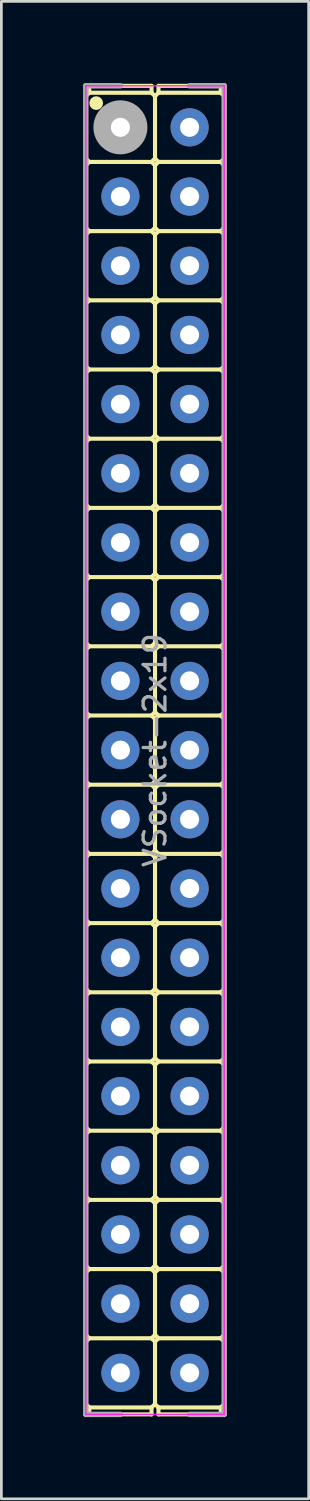
<source format=kicad_pcb>
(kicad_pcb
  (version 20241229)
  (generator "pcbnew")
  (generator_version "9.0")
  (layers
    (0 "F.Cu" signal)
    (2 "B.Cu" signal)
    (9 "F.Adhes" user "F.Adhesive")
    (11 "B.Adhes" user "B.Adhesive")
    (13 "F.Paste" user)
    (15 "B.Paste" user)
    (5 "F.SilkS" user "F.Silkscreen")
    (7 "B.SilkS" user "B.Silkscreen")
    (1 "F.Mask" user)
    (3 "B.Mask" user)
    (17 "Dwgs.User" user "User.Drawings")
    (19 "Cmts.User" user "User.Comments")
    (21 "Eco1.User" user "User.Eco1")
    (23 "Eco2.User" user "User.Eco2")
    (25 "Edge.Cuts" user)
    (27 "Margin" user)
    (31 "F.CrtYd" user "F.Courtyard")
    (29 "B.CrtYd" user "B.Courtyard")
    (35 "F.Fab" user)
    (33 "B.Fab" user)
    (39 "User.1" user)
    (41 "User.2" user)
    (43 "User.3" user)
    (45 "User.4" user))
  (footprint "VSocket-2x19"
    (layer "F.Cu")
    (at 2.64 24.484)
    (property "Reference" "VSocket-2x19" (at 0 0 90) (layer "F.Fab") (effects (font (size 0.8 0.8) (thickness 0.12))))
    (attr through_hole)
    (fp_line (start -2.54 -24.003) (end -2.413 -24.13) (stroke (width 0.15) (type solid)) (layer "F.SilkS"))
    (fp_line (start -2.54 -21.717) (end -2.54 -24.003) (stroke (width 0.15) (type solid)) (layer "F.SilkS"))
    (fp_line (start -2.54 -21.463) (end -2.413 -21.59) (stroke (width 0.15) (type solid)) (layer "F.SilkS"))
    (fp_line (start -2.54 -19.177) (end -2.54 -21.463) (stroke (width 0.15) (type solid)) (layer "F.SilkS"))
    (fp_line (start -2.54 -18.923) (end -2.413 -19.05) (stroke (width 0.15) (type solid)) (layer "F.SilkS"))
    (fp_line (start -2.54 -16.637) (end -2.54 -18.923) (stroke (width 0.15) (type solid)) (layer "F.SilkS"))
    (fp_line (start -2.54 -16.383) (end -2.413 -16.51) (stroke (width 0.15) (type solid)) (layer "F.SilkS"))
    (fp_line (start -2.54 -14.097) (end -2.54 -16.383) (stroke (width 0.15) (type solid)) (layer "F.SilkS"))
    (fp_line (start -2.54 -13.843) (end -2.413 -13.97) (stroke (width 0.15) (type solid)) (layer "F.SilkS"))
    (fp_line (start -2.54 -11.557) (end -2.54 -13.843) (stroke (width 0.15) (type solid)) (layer "F.SilkS"))
    (fp_line (start -2.54 -11.303) (end -2.413 -11.43) (stroke (width 0.15) (type solid)) (layer "F.SilkS"))
    (fp_line (start -2.54 -9.017) (end -2.54 -11.303) (stroke (width 0.15) (type solid)) (layer "F.SilkS"))
    (fp_line (start -2.54 -8.763) (end -2.413 -8.89) (stroke (width 0.15) (type solid)) (layer "F.SilkS"))
    (fp_line (start -2.54 -6.477) (end -2.54 -8.763) (stroke (width 0.15) (type solid)) (layer "F.SilkS"))
    (fp_line (start -2.54 -6.223) (end -2.413 -6.35) (stroke (width 0.15) (type solid)) (layer "F.SilkS"))
    (fp_line (start -2.54 -3.937) (end -2.54 -6.223) (stroke (width 0.15) (type solid)) (layer "F.SilkS"))
    (fp_line (start -2.54 -3.683) (end -2.413 -3.81) (stroke (width 0.15) (type solid)) (layer "F.SilkS"))
    (fp_line (start -2.54 -1.397) (end -2.54 -3.683) (stroke (width 0.15) (type solid)) (layer "F.SilkS"))
    (fp_line (start -2.54 -1.143) (end -2.413 -1.27) (stroke (width 0.15) (type solid)) (layer "F.SilkS"))
    (fp_line (start -2.54 1.143) (end -2.54 -1.143) (stroke (width 0.15) (type solid)) (layer "F.SilkS"))
    (fp_line (start -2.54 1.397) (end -2.413 1.27) (stroke (width 0.15) (type solid)) (layer "F.SilkS"))
    (fp_line (start -2.54 3.683) (end -2.54 1.397) (stroke (width 0.15) (type solid)) (layer "F.SilkS"))
    (fp_line (start -2.54 3.937) (end -2.413 3.81) (stroke (width 0.15) (type solid)) (layer "F.SilkS"))
    (fp_line (start -2.54 6.223) (end -2.54 3.937) (stroke (width 0.15) (type solid)) (layer "F.SilkS"))
    (fp_line (start -2.54 6.477) (end -2.413 6.35) (stroke (width 0.15) (type solid)) (layer "F.SilkS"))
    (fp_line (start -2.54 8.763) (end -2.54 6.477) (stroke (width 0.15) (type solid)) (layer "F.SilkS"))
    (fp_line (start -2.54 9.017) (end -2.413 8.89) (stroke (width 0.15) (type solid)) (layer "F.SilkS"))
    (fp_line (start -2.54 11.303) (end -2.54 9.017) (stroke (width 0.15) (type solid)) (layer "F.SilkS"))
    (fp_line (start -2.54 11.557) (end -2.413 11.43) (stroke (width 0.15) (type solid)) (layer "F.SilkS"))
    (fp_line (start -2.54 13.843) (end -2.54 11.557) (stroke (width 0.15) (type solid)) (layer "F.SilkS"))
    (fp_line (start -2.54 14.097) (end -2.413 13.97) (stroke (width 0.15) (type solid)) (layer "F.SilkS"))
    (fp_line (start -2.54 16.383) (end -2.54 14.097) (stroke (width 0.15) (type solid)) (layer "F.SilkS"))
    (fp_line (start -2.54 16.637) (end -2.413 16.51) (stroke (width 0.15) (type solid)) (layer "F.SilkS"))
    (fp_line (start -2.54 18.923) (end -2.54 16.637) (stroke (width 0.15) (type solid)) (layer "F.SilkS"))
    (fp_line (start -2.54 19.177) (end -2.413 19.05) (stroke (width 0.15) (type solid)) (layer "F.SilkS"))
    (fp_line (start -2.54 21.463) (end -2.54 19.177) (stroke (width 0.15) (type solid)) (layer "F.SilkS"))
    (fp_line (start -2.54 21.717) (end -2.413 21.59) (stroke (width 0.15) (type solid)) (layer "F.SilkS"))
    (fp_line (start -2.54 24.003) (end -2.54 21.717) (stroke (width 0.15) (type solid)) (layer "F.SilkS"))
    (fp_line (start -2.413 -24.384) (end -0.127 -24.384) (stroke (width 0.15) (type solid)) (layer "F.SilkS"))
    (fp_line (start -2.413 -24.13) (end -2.413 -24.384) (stroke (width 0.15) (type solid)) (layer "F.SilkS"))
    (fp_line (start -2.413 -21.59) (end -2.54 -21.717) (stroke (width 0.15) (type solid)) (layer "F.SilkS"))
    (fp_line (start -2.413 -19.05) (end -2.54 -19.177) (stroke (width 0.15) (type solid)) (layer "F.SilkS"))
    (fp_line (start -2.413 -16.51) (end -2.54 -16.637) (stroke (width 0.15) (type solid)) (layer "F.SilkS"))
    (fp_line (start -2.413 -13.97) (end -2.54 -14.097) (stroke (width 0.15) (type solid)) (layer "F.SilkS"))
    (fp_line (start -2.413 -11.43) (end -2.54 -11.557) (stroke (width 0.15) (type solid)) (layer "F.SilkS"))
    (fp_line (start -2.413 -8.89) (end -2.54 -9.017) (stroke (width 0.15) (type solid)) (layer "F.SilkS"))
    (fp_line (start -2.413 -6.35) (end -2.54 -6.477) (stroke (width 0.15) (type solid)) (layer "F.SilkS"))
    (fp_line (start -2.413 -3.81) (end -2.54 -3.937) (stroke (width 0.15) (type solid)) (layer "F.SilkS"))
    (fp_line (start -2.413 -1.27) (end -2.54 -1.397) (stroke (width 0.15) (type solid)) (layer "F.SilkS"))
    (fp_line (start -2.413 1.27) (end -2.54 1.143) (stroke (width 0.15) (type solid)) (layer "F.SilkS"))
    (fp_line (start -2.413 3.81) (end -2.54 3.683) (stroke (width 0.15) (type solid)) (layer "F.SilkS"))
    (fp_line (start -2.413 6.35) (end -2.54 6.223) (stroke (width 0.15) (type solid)) (layer "F.SilkS"))
    (fp_line (start -2.413 8.89) (end -2.54 8.763) (stroke (width 0.15) (type solid)) (layer "F.SilkS"))
    (fp_line (start -2.413 11.43) (end -2.54 11.303) (stroke (width 0.15) (type solid)) (layer "F.SilkS"))
    (fp_line (start -2.413 13.97) (end -2.54 13.843) (stroke (width 0.15) (type solid)) (layer "F.SilkS"))
    (fp_line (start -2.413 16.51) (end -2.54 16.383) (stroke (width 0.15) (type solid)) (layer "F.SilkS"))
    (fp_line (start -2.413 19.05) (end -2.54 18.923) (stroke (width 0.15) (type solid)) (layer "F.SilkS"))
    (fp_line (start -2.413 21.59) (end -2.54 21.463) (stroke (width 0.15) (type solid)) (layer "F.SilkS"))
    (fp_line (start -2.413 24.13) (end -2.54 24.003) (stroke (width 0.15) (type solid)) (layer "F.SilkS"))
    (fp_line (start -2.413 24.13) (end -2.413 24.384) (stroke (width 0.15) (type solid)) (layer "F.SilkS"))
    (fp_line (start -2.413 24.384) (end -0.127 24.384) (stroke (width 0.15) (type solid)) (layer "F.SilkS"))
    (fp_line (start -0.127 -24.384) (end -0.127 -24.13) (stroke (width 0.15) (type solid)) (layer "F.SilkS"))
    (fp_line (start -0.127 -24.13) (end -2.413 -24.13) (stroke (width 0.15) (type solid)) (layer "F.SilkS"))
    (fp_line (start -0.127 -21.59) (end -2.413 -21.59) (stroke (width 0.15) (type solid)) (layer "F.SilkS"))
    (fp_line (start -0.127 -19.05) (end -2.413 -19.05) (stroke (width 0.15) (type solid)) (layer "F.SilkS"))
    (fp_line (start -0.127 -16.51) (end -2.413 -16.51) (stroke (width 0.15) (type solid)) (layer "F.SilkS"))
    (fp_line (start -0.127 -13.97) (end -2.413 -13.97) (stroke (width 0.15) (type solid)) (layer "F.SilkS"))
    (fp_line (start -0.127 -11.43) (end -2.413 -11.43) (stroke (width 0.15) (type solid)) (layer "F.SilkS"))
    (fp_line (start -0.127 -8.89) (end -2.413 -8.89) (stroke (width 0.15) (type solid)) (layer "F.SilkS"))
    (fp_line (start -0.127 -6.35) (end -2.413 -6.35) (stroke (width 0.15) (type solid)) (layer "F.SilkS"))
    (fp_line (start -0.127 -3.81) (end -2.413 -3.81) (stroke (width 0.15) (type solid)) (layer "F.SilkS"))
    (fp_line (start -0.127 -1.27) (end -2.413 -1.27) (stroke (width 0.15) (type solid)) (layer "F.SilkS"))
    (fp_line (start -0.127 1.27) (end -2.413 1.27) (stroke (width 0.15) (type solid)) (layer "F.SilkS"))
    (fp_line (start -0.127 3.81) (end -2.413 3.81) (stroke (width 0.15) (type solid)) (layer "F.SilkS"))
    (fp_line (start -0.127 6.35) (end -2.413 6.35) (stroke (width 0.15) (type solid)) (layer "F.SilkS"))
    (fp_line (start -0.127 8.89) (end -2.413 8.89) (stroke (width 0.15) (type solid)) (layer "F.SilkS"))
    (fp_line (start -0.127 11.43) (end -2.413 11.43) (stroke (width 0.15) (type solid)) (layer "F.SilkS"))
    (fp_line (start -0.127 13.97) (end -2.413 13.97) (stroke (width 0.15) (type solid)) (layer "F.SilkS"))
    (fp_line (start -0.127 16.51) (end -2.413 16.51) (stroke (width 0.15) (type solid)) (layer "F.SilkS"))
    (fp_line (start -0.127 19.05) (end -2.413 19.05) (stroke (width 0.15) (type solid)) (layer "F.SilkS"))
    (fp_line (start -0.127 21.59) (end -2.413 21.59) (stroke (width 0.15) (type solid)) (layer "F.SilkS"))
    (fp_line (start -0.127 24.13) (end -2.413 24.13) (stroke (width 0.15) (type solid)) (layer "F.SilkS"))
    (fp_line (start -0.127 24.384) (end -0.127 24.13) (stroke (width 0.15) (type solid)) (layer "F.SilkS"))
    (fp_line (start 0 -24.003) (end -0.127 -24.13) (stroke (width 0.15) (type solid)) (layer "F.SilkS"))
    (fp_line (start 0 -24.003) (end 0.127 -24.13) (stroke (width 0.15) (type solid)) (layer "F.SilkS"))
    (fp_line (start 0 -21.717) (end -0.127 -21.59) (stroke (width 0.15) (type solid)) (layer "F.SilkS"))
    (fp_line (start 0 -21.717) (end 0 -24.003) (stroke (width 0.15) (type solid)) (layer "F.SilkS"))
    (fp_line (start 0 -21.717) (end 0.127 -21.59) (stroke (width 0.15) (type solid)) (layer "F.SilkS"))
    (fp_line (start 0 -21.463) (end -0.127 -21.59) (stroke (width 0.15) (type solid)) (layer "F.SilkS"))
    (fp_line (start 0 -21.463) (end 0.127 -21.59) (stroke (width 0.15) (type solid)) (layer "F.SilkS"))
    (fp_line (start 0 -19.177) (end -0.127 -19.05) (stroke (width 0.15) (type solid)) (layer "F.SilkS"))
    (fp_line (start 0 -19.177) (end 0 -21.463) (stroke (width 0.15) (type solid)) (layer "F.SilkS"))
    (fp_line (start 0 -19.177) (end 0.127 -19.05) (stroke (width 0.15) (type solid)) (layer "F.SilkS"))
    (fp_line (start 0 -18.923) (end -0.127 -19.05) (stroke (width 0.15) (type solid)) (layer "F.SilkS"))
    (fp_line (start 0 -18.923) (end 0.127 -19.05) (stroke (width 0.15) (type solid)) (layer "F.SilkS"))
    (fp_line (start 0 -16.637) (end -0.127 -16.51) (stroke (width 0.15) (type solid)) (layer "F.SilkS"))
    (fp_line (start 0 -16.637) (end 0 -18.923) (stroke (width 0.15) (type solid)) (layer "F.SilkS"))
    (fp_line (start 0 -16.637) (end 0.127 -16.51) (stroke (width 0.15) (type solid)) (layer "F.SilkS"))
    (fp_line (start 0 -16.383) (end -0.127 -16.51) (stroke (width 0.15) (type solid)) (layer "F.SilkS"))
    (fp_line (start 0 -16.383) (end 0.127 -16.51) (stroke (width 0.15) (type solid)) (layer "F.SilkS"))
    (fp_line (start 0 -14.097) (end -0.127 -13.97) (stroke (width 0.15) (type solid)) (layer "F.SilkS"))
    (fp_line (start 0 -14.097) (end 0 -16.383) (stroke (width 0.15) (type solid)) (layer "F.SilkS"))
    (fp_line (start 0 -14.097) (end 0.127 -13.97) (stroke (width 0.15) (type solid)) (layer "F.SilkS"))
    (fp_line (start 0 -13.843) (end -0.127 -13.97) (stroke (width 0.15) (type solid)) (layer "F.SilkS"))
    (fp_line (start 0 -13.843) (end 0.127 -13.97) (stroke (width 0.15) (type solid)) (layer "F.SilkS"))
    (fp_line (start 0 -11.557) (end -0.127 -11.43) (stroke (width 0.15) (type solid)) (layer "F.SilkS"))
    (fp_line (start 0 -11.557) (end 0 -13.843) (stroke (width 0.15) (type solid)) (layer "F.SilkS"))
    (fp_line (start 0 -11.557) (end 0.127 -11.43) (stroke (width 0.15) (type solid)) (layer "F.SilkS"))
    (fp_line (start 0 -11.303) (end -0.127 -11.43) (stroke (width 0.15) (type solid)) (layer "F.SilkS"))
    (fp_line (start 0 -11.303) (end 0.127 -11.43) (stroke (width 0.15) (type solid)) (layer "F.SilkS"))
    (fp_line (start 0 -9.017) (end -0.127 -8.89) (stroke (width 0.15) (type solid)) (layer "F.SilkS"))
    (fp_line (start 0 -9.017) (end 0 -11.303) (stroke (width 0.15) (type solid)) (layer "F.SilkS"))
    (fp_line (start 0 -9.017) (end 0.127 -8.89) (stroke (width 0.15) (type solid)) (layer "F.SilkS"))
    (fp_line (start 0 -8.763) (end -0.127 -8.89) (stroke (width 0.15) (type solid)) (layer "F.SilkS"))
    (fp_line (start 0 -8.763) (end 0.127 -8.89) (stroke (width 0.15) (type solid)) (layer "F.SilkS"))
    (fp_line (start 0 -6.477) (end -0.127 -6.35) (stroke (width 0.15) (type solid)) (layer "F.SilkS"))
    (fp_line (start 0 -6.477) (end 0 -8.763) (stroke (width 0.15) (type solid)) (layer "F.SilkS"))
    (fp_line (start 0 -6.477) (end 0.127 -6.35) (stroke (width 0.15) (type solid)) (layer "F.SilkS"))
    (fp_line (start 0 -6.223) (end -0.127 -6.35) (stroke (width 0.15) (type solid)) (layer "F.SilkS"))
    (fp_line (start 0 -6.223) (end 0.127 -6.35) (stroke (width 0.15) (type solid)) (layer "F.SilkS"))
    (fp_line (start 0 -3.937) (end -0.127 -3.81) (stroke (width 0.15) (type solid)) (layer "F.SilkS"))
    (fp_line (start 0 -3.937) (end 0 -6.223) (stroke (width 0.15) (type solid)) (layer "F.SilkS"))
    (fp_line (start 0 -3.937) (end 0.127 -3.81) (stroke (width 0.15) (type solid)) (layer "F.SilkS"))
    (fp_line (start 0 -3.683) (end -0.127 -3.81) (stroke (width 0.15) (type solid)) (layer "F.SilkS"))
    (fp_line (start 0 -3.683) (end 0.127 -3.81) (stroke (width 0.15) (type solid)) (layer "F.SilkS"))
    (fp_line (start 0 -1.397) (end -0.127 -1.27) (stroke (width 0.15) (type solid)) (layer "F.SilkS"))
    (fp_line (start 0 -1.397) (end 0 -3.683) (stroke (width 0.15) (type solid)) (layer "F.SilkS"))
    (fp_line (start 0 -1.397) (end 0.127 -1.27) (stroke (width 0.15) (type solid)) (layer "F.SilkS"))
    (fp_line (start 0 -1.143) (end -0.127 -1.27) (stroke (width 0.15) (type solid)) (layer "F.SilkS"))
    (fp_line (start 0 -1.143) (end 0.127 -1.27) (stroke (width 0.15) (type solid)) (layer "F.SilkS"))
    (fp_line (start 0 1.143) (end -0.127 1.27) (stroke (width 0.15) (type solid)) (layer "F.SilkS"))
    (fp_line (start 0 1.143) (end 0 -1.143) (stroke (width 0.15) (type solid)) (layer "F.SilkS"))
    (fp_line (start 0 1.143) (end 0.127 1.27) (stroke (width 0.15) (type solid)) (layer "F.SilkS"))
    (fp_line (start 0 1.397) (end -0.127 1.27) (stroke (width 0.15) (type solid)) (layer "F.SilkS"))
    (fp_line (start 0 1.397) (end 0.127 1.27) (stroke (width 0.15) (type solid)) (layer "F.SilkS"))
    (fp_line (start 0 3.683) (end -0.127 3.81) (stroke (width 0.15) (type solid)) (layer "F.SilkS"))
    (fp_line (start 0 3.683) (end 0 1.397) (stroke (width 0.15) (type solid)) (layer "F.SilkS"))
    (fp_line (start 0 3.683) (end 0.127 3.81) (stroke (width 0.15) (type solid)) (layer "F.SilkS"))
    (fp_line (start 0 3.937) (end -0.127 3.81) (stroke (width 0.15) (type solid)) (layer "F.SilkS"))
    (fp_line (start 0 3.937) (end 0.127 3.81) (stroke (width 0.15) (type solid)) (layer "F.SilkS"))
    (fp_line (start 0 6.223) (end -0.127 6.35) (stroke (width 0.15) (type solid)) (layer "F.SilkS"))
    (fp_line (start 0 6.223) (end 0 3.937) (stroke (width 0.15) (type solid)) (layer "F.SilkS"))
    (fp_line (start 0 6.223) (end 0.127 6.35) (stroke (width 0.15) (type solid)) (layer "F.SilkS"))
    (fp_line (start 0 6.477) (end -0.127 6.35) (stroke (width 0.15) (type solid)) (layer "F.SilkS"))
    (fp_line (start 0 6.477) (end 0.127 6.35) (stroke (width 0.15) (type solid)) (layer "F.SilkS"))
    (fp_line (start 0 8.763) (end -0.127 8.89) (stroke (width 0.15) (type solid)) (layer "F.SilkS"))
    (fp_line (start 0 8.763) (end 0 6.477) (stroke (width 0.15) (type solid)) (layer "F.SilkS"))
    (fp_line (start 0 8.763) (end 0.127 8.89) (stroke (width 0.15) (type solid)) (layer "F.SilkS"))
    (fp_line (start 0 9.017) (end -0.127 8.89) (stroke (width 0.15) (type solid)) (layer "F.SilkS"))
    (fp_line (start 0 9.017) (end 0.127 8.89) (stroke (width 0.15) (type solid)) (layer "F.SilkS"))
    (fp_line (start 0 11.303) (end -0.127 11.43) (stroke (width 0.15) (type solid)) (layer "F.SilkS"))
    (fp_line (start 0 11.303) (end 0 9.017) (stroke (width 0.15) (type solid)) (layer "F.SilkS"))
    (fp_line (start 0 11.303) (end 0.127 11.43) (stroke (width 0.15) (type solid)) (layer "F.SilkS"))
    (fp_line (start 0 11.557) (end -0.127 11.43) (stroke (width 0.15) (type solid)) (layer "F.SilkS"))
    (fp_line (start 0 11.557) (end 0.127 11.43) (stroke (width 0.15) (type solid)) (layer "F.SilkS"))
    (fp_line (start 0 13.843) (end -0.127 13.97) (stroke (width 0.15) (type solid)) (layer "F.SilkS"))
    (fp_line (start 0 13.843) (end 0 11.557) (stroke (width 0.15) (type solid)) (layer "F.SilkS"))
    (fp_line (start 0 13.843) (end 0.127 13.97) (stroke (width 0.15) (type solid)) (layer "F.SilkS"))
    (fp_line (start 0 14.097) (end -0.127 13.97) (stroke (width 0.15) (type solid)) (layer "F.SilkS"))
    (fp_line (start 0 14.097) (end 0.127 13.97) (stroke (width 0.15) (type solid)) (layer "F.SilkS"))
    (fp_line (start 0 16.383) (end -0.127 16.51) (stroke (width 0.15) (type solid)) (layer "F.SilkS"))
    (fp_line (start 0 16.383) (end 0 14.097) (stroke (width 0.15) (type solid)) (layer "F.SilkS"))
    (fp_line (start 0 16.383) (end 0.127 16.51) (stroke (width 0.15) (type solid)) (layer "F.SilkS"))
    (fp_line (start 0 16.637) (end -0.127 16.51) (stroke (width 0.15) (type solid)) (layer "F.SilkS"))
    (fp_line (start 0 16.637) (end 0.127 16.51) (stroke (width 0.15) (type solid)) (layer "F.SilkS"))
    (fp_line (start 0 18.923) (end -0.127 19.05) (stroke (width 0.15) (type solid)) (layer "F.SilkS"))
    (fp_line (start 0 18.923) (end 0 16.637) (stroke (width 0.15) (type solid)) (layer "F.SilkS"))
    (fp_line (start 0 18.923) (end 0.127 19.05) (stroke (width 0.15) (type solid)) (layer "F.SilkS"))
    (fp_line (start 0 19.177) (end -0.127 19.05) (stroke (width 0.15) (type solid)) (layer "F.SilkS"))
    (fp_line (start 0 19.177) (end 0.127 19.05) (stroke (width 0.15) (type solid)) (layer "F.SilkS"))
    (fp_line (start 0 21.463) (end -0.127 21.59) (stroke (width 0.15) (type solid)) (layer "F.SilkS"))
    (fp_line (start 0 21.463) (end 0 19.177) (stroke (width 0.15) (type solid)) (layer "F.SilkS"))
    (fp_line (start 0 21.463) (end 0.127 21.59) (stroke (width 0.15) (type solid)) (layer "F.SilkS"))
    (fp_line (start 0 21.717) (end -0.127 21.59) (stroke (width 0.15) (type solid)) (layer "F.SilkS"))
    (fp_line (start 0 21.717) (end 0.127 21.59) (stroke (width 0.15) (type solid)) (layer "F.SilkS"))
    (fp_line (start 0 24.003) (end -0.127 24.13) (stroke (width 0.15) (type solid)) (layer "F.SilkS"))
    (fp_line (start 0 24.003) (end 0 21.717) (stroke (width 0.15) (type solid)) (layer "F.SilkS"))
    (fp_line (start 0 24.003) (end 0.127 24.13) (stroke (width 0.15) (type solid)) (layer "F.SilkS"))
    (fp_line (start 0.127 -24.384) (end 2.413 -24.384) (stroke (width 0.15) (type solid)) (layer "F.SilkS"))
    (fp_line (start 0.127 -24.13) (end 0.127 -24.384) (stroke (width 0.15) (type solid)) (layer "F.SilkS"))
    (fp_line (start 0.127 -21.59) (end 2.413 -21.59) (stroke (width 0.15) (type solid)) (layer "F.SilkS"))
    (fp_line (start 0.127 -19.05) (end 2.413 -19.05) (stroke (width 0.15) (type solid)) (layer "F.SilkS"))
    (fp_line (start 0.127 -16.51) (end 2.413 -16.51) (stroke (width 0.15) (type solid)) (layer "F.SilkS"))
    (fp_line (start 0.127 -13.97) (end 2.413 -13.97) (stroke (width 0.15) (type solid)) (layer "F.SilkS"))
    (fp_line (start 0.127 -11.43) (end 2.413 -11.43) (stroke (width 0.15) (type solid)) (layer "F.SilkS"))
    (fp_line (start 0.127 -8.89) (end 2.413 -8.89) (stroke (width 0.15) (type solid)) (layer "F.SilkS"))
    (fp_line (start 0.127 -6.35) (end 2.413 -6.35) (stroke (width 0.15) (type solid)) (layer "F.SilkS"))
    (fp_line (start 0.127 -3.81) (end 2.413 -3.81) (stroke (width 0.15) (type solid)) (layer "F.SilkS"))
    (fp_line (start 0.127 -1.27) (end 2.413 -1.27) (stroke (width 0.15) (type solid)) (layer "F.SilkS"))
    (fp_line (start 0.127 1.27) (end 2.413 1.27) (stroke (width 0.15) (type solid)) (layer "F.SilkS"))
    (fp_line (start 0.127 3.81) (end 2.413 3.81) (stroke (width 0.15) (type solid)) (layer "F.SilkS"))
    (fp_line (start 0.127 6.35) (end 2.413 6.35) (stroke (width 0.15) (type solid)) (layer "F.SilkS"))
    (fp_line (start 0.127 8.89) (end 2.413 8.89) (stroke (width 0.15) (type solid)) (layer "F.SilkS"))
    (fp_line (start 0.127 11.43) (end 2.413 11.43) (stroke (width 0.15) (type solid)) (layer "F.SilkS"))
    (fp_line (start 0.127 13.97) (end 2.413 13.97) (stroke (width 0.15) (type solid)) (layer "F.SilkS"))
    (fp_line (start 0.127 16.51) (end 2.413 16.51) (stroke (width 0.15) (type solid)) (layer "F.SilkS"))
    (fp_line (start 0.127 19.05) (end 2.413 19.05) (stroke (width 0.15) (type solid)) (layer "F.SilkS"))
    (fp_line (start 0.127 21.59) (end 2.413 21.59) (stroke (width 0.15) (type solid)) (layer "F.SilkS"))
    (fp_line (start 0.127 24.13) (end 0.127 24.384) (stroke (width 0.15) (type solid)) (layer "F.SilkS"))
    (fp_line (start 0.127 24.13) (end 2.413 24.13) (stroke (width 0.15) (type solid)) (layer "F.SilkS"))
    (fp_line (start 0.127 24.384) (end 2.413 24.384) (stroke (width 0.15) (type solid)) (layer "F.SilkS"))
    (fp_line (start 2.413 -24.384) (end 2.413 -24.13) (stroke (width 0.15) (type solid)) (layer "F.SilkS"))
    (fp_line (start 2.413 -24.13) (end 0.127 -24.13) (stroke (width 0.15) (type solid)) (layer "F.SilkS"))
    (fp_line (start 2.413 -21.59) (end 2.54 -21.717) (stroke (width 0.15) (type solid)) (layer "F.SilkS"))
    (fp_line (start 2.413 -19.05) (end 2.54 -19.177) (stroke (width 0.15) (type solid)) (layer "F.SilkS"))
    (fp_line (start 2.413 -16.51) (end 2.54 -16.637) (stroke (width 0.15) (type solid)) (layer "F.SilkS"))
    (fp_line (start 2.413 -13.97) (end 2.54 -14.097) (stroke (width 0.15) (type solid)) (layer "F.SilkS"))
    (fp_line (start 2.413 -11.43) (end 2.54 -11.557) (stroke (width 0.15) (type solid)) (layer "F.SilkS"))
    (fp_line (start 2.413 -8.89) (end 2.54 -9.017) (stroke (width 0.15) (type solid)) (layer "F.SilkS"))
    (fp_line (start 2.413 -6.35) (end 2.54 -6.477) (stroke (width 0.15) (type solid)) (layer "F.SilkS"))
    (fp_line (start 2.413 -3.81) (end 2.54 -3.937) (stroke (width 0.15) (type solid)) (layer "F.SilkS"))
    (fp_line (start 2.413 -1.27) (end 2.54 -1.397) (stroke (width 0.15) (type solid)) (layer "F.SilkS"))
    (fp_line (start 2.413 1.27) (end 2.54 1.143) (stroke (width 0.15) (type solid)) (layer "F.SilkS"))
    (fp_line (start 2.413 3.81) (end 2.54 3.683) (stroke (width 0.15) (type solid)) (layer "F.SilkS"))
    (fp_line (start 2.413 6.35) (end 2.54 6.223) (stroke (width 0.15) (type solid)) (layer "F.SilkS"))
    (fp_line (start 2.413 8.89) (end 2.54 8.763) (stroke (width 0.15) (type solid)) (layer "F.SilkS"))
    (fp_line (start 2.413 11.43) (end 2.54 11.303) (stroke (width 0.15) (type solid)) (layer "F.SilkS"))
    (fp_line (start 2.413 13.97) (end 2.54 13.843) (stroke (width 0.15) (type solid)) (layer "F.SilkS"))
    (fp_line (start 2.413 16.51) (end 2.54 16.383) (stroke (width 0.15) (type solid)) (layer "F.SilkS"))
    (fp_line (start 2.413 19.05) (end 2.54 18.923) (stroke (width 0.15) (type solid)) (layer "F.SilkS"))
    (fp_line (start 2.413 21.59) (end 2.54 21.463) (stroke (width 0.15) (type solid)) (layer "F.SilkS"))
    (fp_line (start 2.413 24.13) (end 2.54 24.003) (stroke (width 0.15) (type solid)) (layer "F.SilkS"))
    (fp_line (start 2.413 24.384) (end 2.413 24.13) (stroke (width 0.15) (type solid)) (layer "F.SilkS"))
    (fp_line (start 2.54 -24.003) (end 2.413 -24.13) (stroke (width 0.15) (type solid)) (layer "F.SilkS"))
    (fp_line (start 2.54 -21.717) (end 2.54 -24.003) (stroke (width 0.15) (type solid)) (layer "F.SilkS"))
    (fp_line (start 2.54 -21.463) (end 2.413 -21.59) (stroke (width 0.15) (type solid)) (layer "F.SilkS"))
    (fp_line (start 2.54 -19.177) (end 2.54 -21.463) (stroke (width 0.15) (type solid)) (layer "F.SilkS"))
    (fp_line (start 2.54 -18.923) (end 2.413 -19.05) (stroke (width 0.15) (type solid)) (layer "F.SilkS"))
    (fp_line (start 2.54 -16.637) (end 2.54 -18.923) (stroke (width 0.15) (type solid)) (layer "F.SilkS"))
    (fp_line (start 2.54 -16.383) (end 2.413 -16.51) (stroke (width 0.15) (type solid)) (layer "F.SilkS"))
    (fp_line (start 2.54 -14.097) (end 2.54 -16.383) (stroke (width 0.15) (type solid)) (layer "F.SilkS"))
    (fp_line (start 2.54 -13.843) (end 2.413 -13.97) (stroke (width 0.15) (type solid)) (layer "F.SilkS"))
    (fp_line (start 2.54 -11.557) (end 2.54 -13.843) (stroke (width 0.15) (type solid)) (layer "F.SilkS"))
    (fp_line (start 2.54 -11.303) (end 2.413 -11.43) (stroke (width 0.15) (type solid)) (layer "F.SilkS"))
    (fp_line (start 2.54 -9.017) (end 2.54 -11.303) (stroke (width 0.15) (type solid)) (layer "F.SilkS"))
    (fp_line (start 2.54 -8.763) (end 2.413 -8.89) (stroke (width 0.15) (type solid)) (layer "F.SilkS"))
    (fp_line (start 2.54 -6.477) (end 2.54 -8.763) (stroke (width 0.15) (type solid)) (layer "F.SilkS"))
    (fp_line (start 2.54 -6.223) (end 2.413 -6.35) (stroke (width 0.15) (type solid)) (layer "F.SilkS"))
    (fp_line (start 2.54 -3.937) (end 2.54 -6.223) (stroke (width 0.15) (type solid)) (layer "F.SilkS"))
    (fp_line (start 2.54 -3.683) (end 2.413 -3.81) (stroke (width 0.15) (type solid)) (layer "F.SilkS"))
    (fp_line (start 2.54 -1.397) (end 2.54 -3.683) (stroke (width 0.15) (type solid)) (layer "F.SilkS"))
    (fp_line (start 2.54 -1.143) (end 2.413 -1.27) (stroke (width 0.15) (type solid)) (layer "F.SilkS"))
    (fp_line (start 2.54 1.143) (end 2.54 -1.143) (stroke (width 0.15) (type solid)) (layer "F.SilkS"))
    (fp_line (start 2.54 1.397) (end 2.413 1.27) (stroke (width 0.15) (type solid)) (layer "F.SilkS"))
    (fp_line (start 2.54 3.683) (end 2.54 1.397) (stroke (width 0.15) (type solid)) (layer "F.SilkS"))
    (fp_line (start 2.54 3.937) (end 2.413 3.81) (stroke (width 0.15) (type solid)) (layer "F.SilkS"))
    (fp_line (start 2.54 6.223) (end 2.54 3.937) (stroke (width 0.15) (type solid)) (layer "F.SilkS"))
    (fp_line (start 2.54 6.477) (end 2.413 6.35) (stroke (width 0.15) (type solid)) (layer "F.SilkS"))
    (fp_line (start 2.54 8.763) (end 2.54 6.477) (stroke (width 0.15) (type solid)) (layer "F.SilkS"))
    (fp_line (start 2.54 9.017) (end 2.413 8.89) (stroke (width 0.15) (type solid)) (layer "F.SilkS"))
    (fp_line (start 2.54 11.303) (end 2.54 9.017) (stroke (width 0.15) (type solid)) (layer "F.SilkS"))
    (fp_line (start 2.54 11.557) (end 2.413 11.43) (stroke (width 0.15) (type solid)) (layer "F.SilkS"))
    (fp_line (start 2.54 13.843) (end 2.54 11.557) (stroke (width 0.15) (type solid)) (layer "F.SilkS"))
    (fp_line (start 2.54 14.097) (end 2.413 13.97) (stroke (width 0.15) (type solid)) (layer "F.SilkS"))
    (fp_line (start 2.54 16.383) (end 2.54 14.097) (stroke (width 0.15) (type solid)) (layer "F.SilkS"))
    (fp_line (start 2.54 16.637) (end 2.413 16.51) (stroke (width 0.15) (type solid)) (layer "F.SilkS"))
    (fp_line (start 2.54 18.923) (end 2.54 16.637) (stroke (width 0.15) (type solid)) (layer "F.SilkS"))
    (fp_line (start 2.54 19.177) (end 2.413 19.05) (stroke (width 0.15) (type solid)) (layer "F.SilkS"))
    (fp_line (start 2.54 21.463) (end 2.54 19.177) (stroke (width 0.15) (type solid)) (layer "F.SilkS"))
    (fp_line (start 2.54 21.717) (end 2.413 21.59) (stroke (width 0.15) (type solid)) (layer "F.SilkS"))
    (fp_line (start 2.54 24.003) (end 2.54 21.717) (stroke (width 0.15) (type solid)) (layer "F.SilkS"))
    (fp_circle (center -2.159 -23.749) (end -2.032 -23.749) (stroke (width 0.25) (type solid)) (fill no) (layer "F.SilkS"))
    (fp_line (start -2.54 -24.384) (end 2.54 -24.384) (stroke (width 0.05) (type solid)) (layer "F.CrtYd"))
    (fp_line (start -2.54 24.384) (end -2.54 -24.384) (stroke (width 0.05) (type solid)) (layer "F.CrtYd"))
    (fp_line (start -2.54 24.384) (end 2.54 24.384) (stroke (width 0.05) (type solid)) (layer "F.CrtYd"))
    (fp_line (start 2.54 -24.384) (end 2.54 24.384) (stroke (width 0.05) (type solid)) (layer "F.CrtYd"))
    (fp_line (start -2.54 -24.384) (end -2.54 24.384) (stroke (width 0.2) (type solid)) (layer "F.Fab"))
    (fp_line (start -1.27 -24.384) (end -2.54 -24.384) (stroke (width 0.2) (type solid)) (layer "F.Fab"))
    (fp_line (start -1.27 24.384) (end -2.54 24.384) (stroke (width 0.2) (type solid)) (layer "F.Fab"))
    (fp_line (start 2.54 -24.384) (end 1.27 -24.384) (stroke (width 0.2) (type solid)) (layer "F.Fab"))
    (fp_line (start 2.54 24.384) (end 1.27 24.384) (stroke (width 0.2) (type solid)) (layer "F.Fab"))
    (fp_line (start 2.54 24.384) (end 2.54 -24.384) (stroke (width 0.2) (type solid)) (layer "F.Fab"))
    (fp_circle (center -1.27 -22.86) (end -1.27 -22.669) (stroke (width 0.8) (type solid)) (fill no) (layer "F.Fab"))
    (pad "1" thru_hole circle (at -1.27 -22.86) (size 1.4 1.4) (drill 0.7) (layers "*.Cu" "*.Mask"))
    (pad "2" thru_hole circle (at 1.27 -22.86) (size 1.4 1.4) (drill 0.7) (layers "*.Cu" "*.Mask"))
    (pad "3" thru_hole circle (at -1.27 -20.32) (size 1.4 1.4) (drill 0.7) (layers "*.Cu" "*.Mask"))
    (pad "4" thru_hole circle (at 1.27 -20.32) (size 1.4 1.4) (drill 0.7) (layers "*.Cu" "*.Mask"))
    (pad "5" thru_hole circle (at -1.27 -17.78) (size 1.4 1.4) (drill 0.7) (layers "*.Cu" "*.Mask"))
    (pad "6" thru_hole circle (at 1.27 -17.78) (size 1.4 1.4) (drill 0.7) (layers "*.Cu" "*.Mask"))
    (pad "7" thru_hole circle (at -1.27 -15.24) (size 1.4 1.4) (drill 0.7) (layers "*.Cu" "*.Mask"))
    (pad "8" thru_hole circle (at 1.27 -15.24) (size 1.4 1.4) (drill 0.7) (layers "*.Cu" "*.Mask"))
    (pad "9" thru_hole circle (at -1.27 -12.7) (size 1.4 1.4) (drill 0.7) (layers "*.Cu" "*.Mask"))
    (pad "10" thru_hole circle (at 1.27 -12.7) (size 1.4 1.4) (drill 0.7) (layers "*.Cu" "*.Mask"))
    (pad "11" thru_hole circle (at -1.27 -10.16) (size 1.4 1.4) (drill 0.7) (layers "*.Cu" "*.Mask"))
    (pad "12" thru_hole circle (at 1.27 -10.16) (size 1.4 1.4) (drill 0.7) (layers "*.Cu" "*.Mask"))
    (pad "13" thru_hole circle (at -1.27 -7.62) (size 1.4 1.4) (drill 0.7) (layers "*.Cu" "*.Mask"))
    (pad "14" thru_hole circle (at 1.27 -7.62) (size 1.4 1.4) (drill 0.7) (layers "*.Cu" "*.Mask"))
    (pad "15" thru_hole circle (at -1.27 -5.08) (size 1.4 1.4) (drill 0.7) (layers "*.Cu" "*.Mask"))
    (pad "16" thru_hole circle (at 1.27 -5.08) (size 1.4 1.4) (drill 0.7) (layers "*.Cu" "*.Mask"))
    (pad "17" thru_hole circle (at -1.27 -2.54) (size 1.4 1.4) (drill 0.7) (layers "*.Cu" "*.Mask"))
    (pad "18" thru_hole circle (at 1.27 -2.54) (size 1.4 1.4) (drill 0.7) (layers "*.Cu" "*.Mask"))
    (pad "19" thru_hole circle (at -1.27 0) (size 1.4 1.4) (drill 0.7) (layers "*.Cu" "*.Mask"))
    (pad "20" thru_hole circle (at 1.27 0) (size 1.4 1.4) (drill 0.7) (layers "*.Cu" "*.Mask"))
    (pad "21" thru_hole circle (at -1.27 2.54) (size 1.4 1.4) (drill 0.7) (layers "*.Cu" "*.Mask"))
    (pad "22" thru_hole circle (at 1.27 2.54) (size 1.4 1.4) (drill 0.7) (layers "*.Cu" "*.Mask"))
    (pad "23" thru_hole circle (at -1.27 5.08) (size 1.4 1.4) (drill 0.7) (layers "*.Cu" "*.Mask"))
    (pad "24" thru_hole circle (at 1.27 5.08) (size 1.4 1.4) (drill 0.7) (layers "*.Cu" "*.Mask"))
    (pad "25" thru_hole circle (at -1.27 7.62) (size 1.4 1.4) (drill 0.7) (layers "*.Cu" "*.Mask"))
    (pad "26" thru_hole circle (at 1.27 7.62) (size 1.4 1.4) (drill 0.7) (layers "*.Cu" "*.Mask"))
    (pad "27" thru_hole circle (at -1.27 10.16) (size 1.4 1.4) (drill 0.7) (layers "*.Cu" "*.Mask"))
    (pad "28" thru_hole circle (at 1.27 10.16) (size 1.4 1.4) (drill 0.7) (layers "*.Cu" "*.Mask"))
    (pad "29" thru_hole circle (at -1.27 12.7) (size 1.4 1.4) (drill 0.7) (layers "*.Cu" "*.Mask"))
    (pad "30" thru_hole circle (at 1.27 12.7) (size 1.4 1.4) (drill 0.7) (layers "*.Cu" "*.Mask"))
    (pad "31" thru_hole circle (at -1.27 15.24) (size 1.4 1.4) (drill 0.7) (layers "*.Cu" "*.Mask"))
    (pad "32" thru_hole circle (at 1.27 15.24) (size 1.4 1.4) (drill 0.7) (layers "*.Cu" "*.Mask"))
    (pad "33" thru_hole circle (at -1.27 17.78) (size 1.4 1.4) (drill 0.7) (layers "*.Cu" "*.Mask"))
    (pad "34" thru_hole circle (at 1.27 17.78) (size 1.4 1.4) (drill 0.7) (layers "*.Cu" "*.Mask"))
    (pad "35" thru_hole circle (at -1.27 20.32) (size 1.4 1.4) (drill 0.7) (layers "*.Cu" "*.Mask"))
    (pad "36" thru_hole circle (at 1.27 20.32) (size 1.4 1.4) (drill 0.7) (layers "*.Cu" "*.Mask"))
    (pad "37" thru_hole circle (at -1.27 22.86) (size 1.4 1.4) (drill 0.7) (layers "*.Cu" "*.Mask"))
    (pad "38" thru_hole circle (at 1.27 22.86) (size 1.4 1.4) (drill 0.7) (layers "*.Cu" "*.Mask")))
  (gr_rect
    (start -3 -3)
    (end 8.28 51.968)
    (stroke (width 0.1) (type default))
    (fill no)
    (layer "Edge.Cuts")))
</source>
